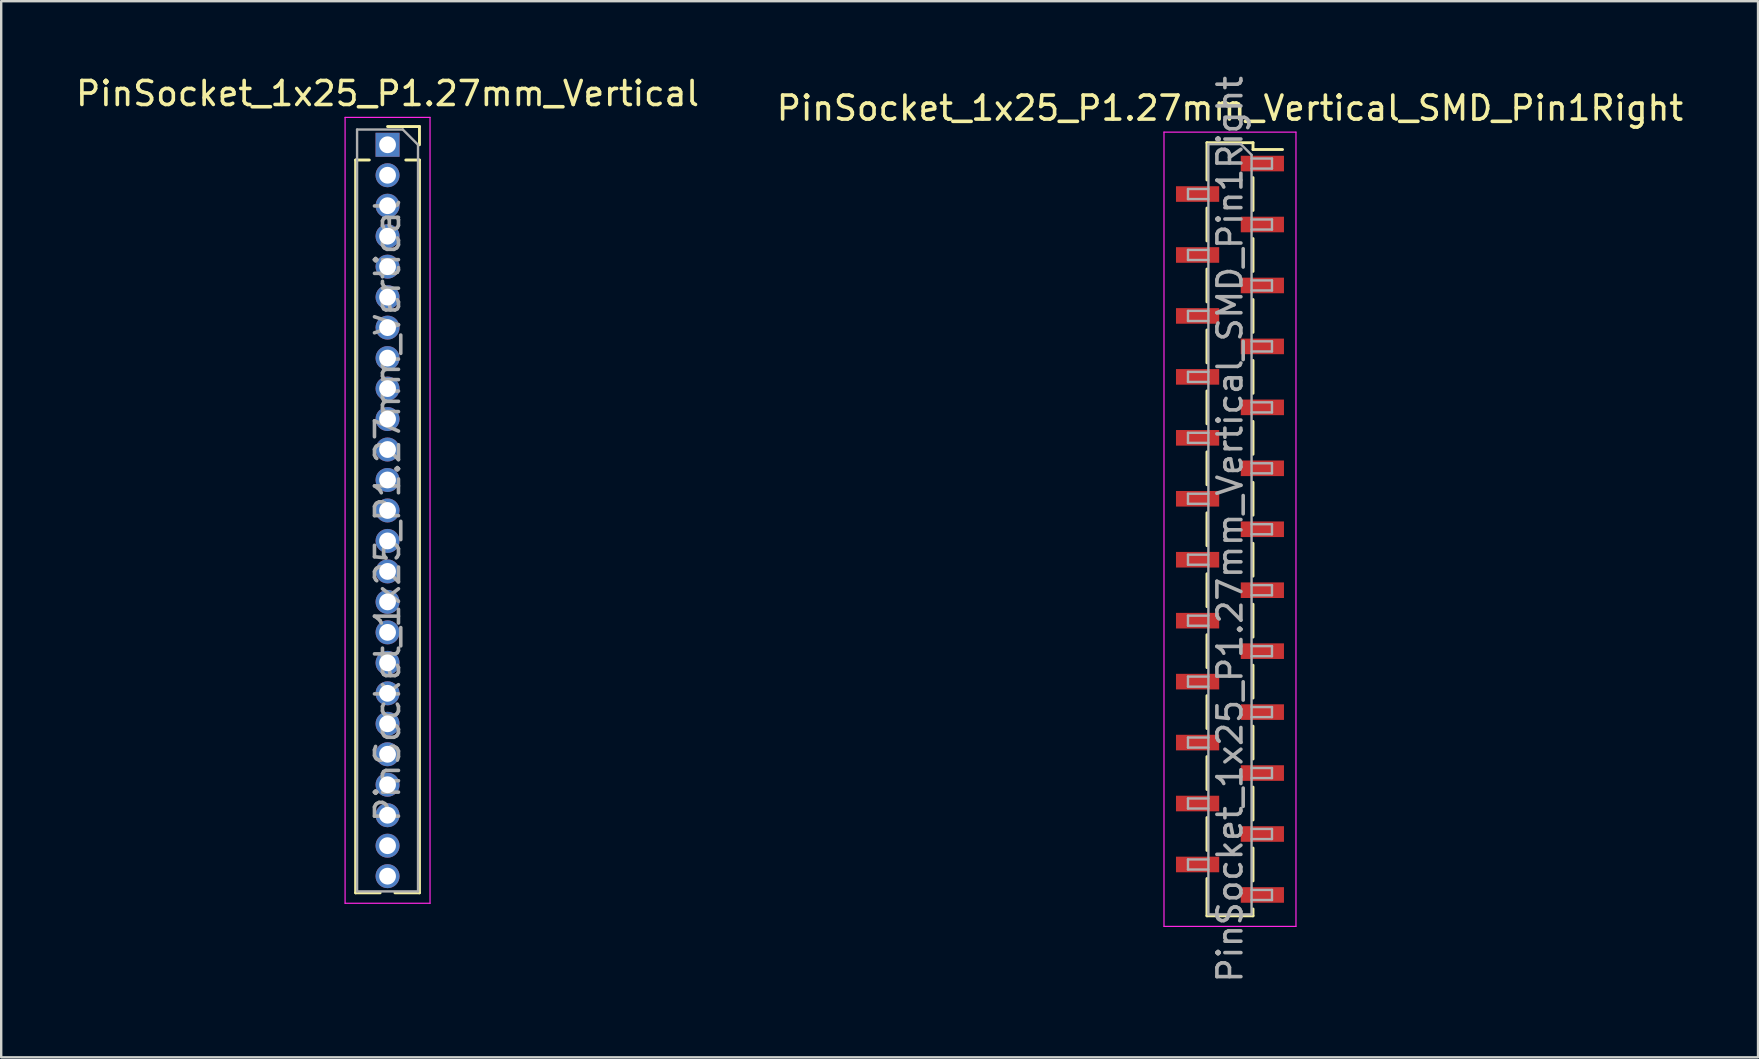
<source format=kicad_pcb>
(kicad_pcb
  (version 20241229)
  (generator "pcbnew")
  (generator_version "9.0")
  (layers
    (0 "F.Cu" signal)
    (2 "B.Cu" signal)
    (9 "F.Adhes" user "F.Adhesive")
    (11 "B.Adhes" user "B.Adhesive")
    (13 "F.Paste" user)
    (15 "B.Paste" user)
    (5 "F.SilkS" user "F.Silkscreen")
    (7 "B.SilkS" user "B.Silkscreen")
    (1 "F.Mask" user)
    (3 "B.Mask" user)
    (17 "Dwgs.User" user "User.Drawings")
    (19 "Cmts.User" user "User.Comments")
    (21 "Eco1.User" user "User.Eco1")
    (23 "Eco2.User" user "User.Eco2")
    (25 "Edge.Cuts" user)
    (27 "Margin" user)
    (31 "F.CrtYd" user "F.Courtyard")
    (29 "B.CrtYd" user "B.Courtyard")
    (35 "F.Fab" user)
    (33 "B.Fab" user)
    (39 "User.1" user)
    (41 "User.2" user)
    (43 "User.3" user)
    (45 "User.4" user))
  (footprint "PinSocket_1x25_P1.27mm_Vertical"
    (layer "F.Cu")
    (at 13.101 2.983)
    (property "Reference" "PinSocket_1x25_P1.27mm_Vertical" (at 0 -2.135 0) (layer "F.SilkS") (effects (font (size 1 1) (thickness 0.15))))
    (attr through_hole)
    (fp_line (start -1.33 0.635) (end -1.33 31.175) (stroke (width 0.12) (type solid)) (layer "F.SilkS"))
    (fp_line (start -1.33 0.635) (end -0.76 0.635) (stroke (width 0.12) (type solid)) (layer "F.SilkS"))
    (fp_line (start -1.33 31.175) (end -0.308 31.175) (stroke (width 0.12) (type solid)) (layer "F.SilkS"))
    (fp_line (start 0 -0.76) (end 1.33 -0.76) (stroke (width 0.12) (type solid)) (layer "F.SilkS"))
    (fp_line (start 0.308 31.175) (end 1.33 31.175) (stroke (width 0.12) (type solid)) (layer "F.SilkS"))
    (fp_line (start 0.76 0.635) (end 1.33 0.635) (stroke (width 0.12) (type solid)) (layer "F.SilkS"))
    (fp_line (start 1.33 -0.76) (end 1.33 0) (stroke (width 0.12) (type solid)) (layer "F.SilkS"))
    (fp_line (start 1.33 0.635) (end 1.33 31.175) (stroke (width 0.12) (type solid)) (layer "F.SilkS"))
    (fp_line (start -1.77 -1.14) (end 1.77 -1.14) (stroke (width 0.05) (type solid)) (layer "F.CrtYd"))
    (fp_line (start -1.77 31.61) (end -1.77 -1.14) (stroke (width 0.05) (type solid)) (layer "F.CrtYd"))
    (fp_line (start 1.77 -1.14) (end 1.77 31.61) (stroke (width 0.05) (type solid)) (layer "F.CrtYd"))
    (fp_line (start 1.77 31.61) (end -1.77 31.61) (stroke (width 0.05) (type solid)) (layer "F.CrtYd"))
    (fp_line (start -1.27 -0.635) (end 0.635 -0.635) (stroke (width 0.1) (type solid)) (layer "F.Fab"))
    (fp_line (start -1.27 31.115) (end -1.27 -0.635) (stroke (width 0.1) (type solid)) (layer "F.Fab"))
    (fp_line (start 0.635 -0.635) (end 1.27 0) (stroke (width 0.1) (type solid)) (layer "F.Fab"))
    (fp_line (start 1.27 0) (end 1.27 31.115) (stroke (width 0.1) (type solid)) (layer "F.Fab"))
    (fp_line (start 1.27 31.115) (end -1.27 31.115) (stroke (width 0.1) (type solid)) (layer "F.Fab"))
    (fp_text user "${REFERENCE}" (at 0 15.24 90) (layer "F.Fab") (effects (font (size 1 1) (thickness 0.15))))
    (pad "1" thru_hole rect (at 0 0) (size 1 1) (drill 0.7) (layers "*.Cu" "*.Mask"))
    (pad "2" thru_hole circle (at 0 1.27) (size 1 1) (drill 0.7) (layers "*.Cu" "*.Mask"))
    (pad "3" thru_hole circle (at 0 2.54) (size 1 1) (drill 0.7) (layers "*.Cu" "*.Mask"))
    (pad "4" thru_hole circle (at 0 3.81) (size 1 1) (drill 0.7) (layers "*.Cu" "*.Mask"))
    (pad "5" thru_hole circle (at 0 5.08) (size 1 1) (drill 0.7) (layers "*.Cu" "*.Mask"))
    (pad "6" thru_hole circle (at 0 6.35) (size 1 1) (drill 0.7) (layers "*.Cu" "*.Mask"))
    (pad "7" thru_hole circle (at 0 7.62) (size 1 1) (drill 0.7) (layers "*.Cu" "*.Mask"))
    (pad "8" thru_hole circle (at 0 8.89) (size 1 1) (drill 0.7) (layers "*.Cu" "*.Mask"))
    (pad "9" thru_hole circle (at 0 10.16) (size 1 1) (drill 0.7) (layers "*.Cu" "*.Mask"))
    (pad "10" thru_hole circle (at 0 11.43) (size 1 1) (drill 0.7) (layers "*.Cu" "*.Mask"))
    (pad "11" thru_hole circle (at 0 12.7) (size 1 1) (drill 0.7) (layers "*.Cu" "*.Mask"))
    (pad "12" thru_hole circle (at 0 13.97) (size 1 1) (drill 0.7) (layers "*.Cu" "*.Mask"))
    (pad "13" thru_hole circle (at 0 15.24) (size 1 1) (drill 0.7) (layers "*.Cu" "*.Mask"))
    (pad "14" thru_hole circle (at 0 16.51) (size 1 1) (drill 0.7) (layers "*.Cu" "*.Mask"))
    (pad "15" thru_hole circle (at 0 17.78) (size 1 1) (drill 0.7) (layers "*.Cu" "*.Mask"))
    (pad "16" thru_hole circle (at 0 19.05) (size 1 1) (drill 0.7) (layers "*.Cu" "*.Mask"))
    (pad "17" thru_hole circle (at 0 20.32) (size 1 1) (drill 0.7) (layers "*.Cu" "*.Mask"))
    (pad "18" thru_hole circle (at 0 21.59) (size 1 1) (drill 0.7) (layers "*.Cu" "*.Mask"))
    (pad "19" thru_hole circle (at 0 22.86) (size 1 1) (drill 0.7) (layers "*.Cu" "*.Mask"))
    (pad "20" thru_hole circle (at 0 24.13) (size 1 1) (drill 0.7) (layers "*.Cu" "*.Mask"))
    (pad "21" thru_hole circle (at 0 25.4) (size 1 1) (drill 0.7) (layers "*.Cu" "*.Mask"))
    (pad "22" thru_hole circle (at 0 26.67) (size 1 1) (drill 0.7) (layers "*.Cu" "*.Mask"))
    (pad "23" thru_hole circle (at 0 27.94) (size 1 1) (drill 0.7) (layers "*.Cu" "*.Mask"))
    (pad "24" thru_hole circle (at 0 29.21) (size 1 1) (drill 0.7) (layers "*.Cu" "*.Mask"))
    (pad "25" thru_hole circle (at 0 30.48) (size 1 1) (drill 0.7) (layers "*.Cu" "*.Mask")))
  (footprint "PinSocket_1x25_P1.27mm_Vertical_SMD_Pin1Right"
    (layer "F.Cu")
    (at 48.208 19.006)
    (property "Reference" "PinSocket_1x25_P1.27mm_Vertical_SMD_Pin1Right" (at 0 -17.55 0) (layer "F.SilkS") (effects (font (size 1 1) (thickness 0.15))))
    (attr smd)
    (fp_line (start -0.96 -16.11) (end -0.96 -14.555) (stroke (width 0.12) (type solid)) (layer "F.SilkS"))
    (fp_line (start -0.96 -16.11) (end 0.96 -16.11) (stroke (width 0.12) (type solid)) (layer "F.SilkS"))
    (fp_line (start -0.96 -13.385) (end -0.96 -12.015) (stroke (width 0.12) (type solid)) (layer "F.SilkS"))
    (fp_line (start -0.96 -10.845) (end -0.96 -9.475) (stroke (width 0.12) (type solid)) (layer "F.SilkS"))
    (fp_line (start -0.96 -8.305) (end -0.96 -6.935) (stroke (width 0.12) (type solid)) (layer "F.SilkS"))
    (fp_line (start -0.96 -5.765) (end -0.96 -4.395) (stroke (width 0.12) (type solid)) (layer "F.SilkS"))
    (fp_line (start -0.96 -3.225) (end -0.96 -1.855) (stroke (width 0.12) (type solid)) (layer "F.SilkS"))
    (fp_line (start -0.96 -0.685) (end -0.96 0.685) (stroke (width 0.12) (type solid)) (layer "F.SilkS"))
    (fp_line (start -0.96 1.855) (end -0.96 3.225) (stroke (width 0.12) (type solid)) (layer "F.SilkS"))
    (fp_line (start -0.96 4.395) (end -0.96 5.765) (stroke (width 0.12) (type solid)) (layer "F.SilkS"))
    (fp_line (start -0.96 6.935) (end -0.96 8.305) (stroke (width 0.12) (type solid)) (layer "F.SilkS"))
    (fp_line (start -0.96 9.475) (end -0.96 10.845) (stroke (width 0.12) (type solid)) (layer "F.SilkS"))
    (fp_line (start -0.96 12.015) (end -0.96 13.385) (stroke (width 0.12) (type solid)) (layer "F.SilkS"))
    (fp_line (start -0.96 14.555) (end -0.96 16.11) (stroke (width 0.12) (type solid)) (layer "F.SilkS"))
    (fp_line (start -0.96 16.11) (end 0.96 16.11) (stroke (width 0.12) (type solid)) (layer "F.SilkS"))
    (fp_line (start 0.96 -16.11) (end 0.96 -15.825) (stroke (width 0.12) (type solid)) (layer "F.SilkS"))
    (fp_line (start 0.96 -15.825) (end 2.19 -15.825) (stroke (width 0.12) (type solid)) (layer "F.SilkS"))
    (fp_line (start 0.96 -14.655) (end 0.96 -13.285) (stroke (width 0.12) (type solid)) (layer "F.SilkS"))
    (fp_line (start 0.96 -12.115) (end 0.96 -10.745) (stroke (width 0.12) (type solid)) (layer "F.SilkS"))
    (fp_line (start 0.96 -9.575) (end 0.96 -8.205) (stroke (width 0.12) (type solid)) (layer "F.SilkS"))
    (fp_line (start 0.96 -7.035) (end 0.96 -5.665) (stroke (width 0.12) (type solid)) (layer "F.SilkS"))
    (fp_line (start 0.96 -4.495) (end 0.96 -3.125) (stroke (width 0.12) (type solid)) (layer "F.SilkS"))
    (fp_line (start 0.96 -1.955) (end 0.96 -0.585) (stroke (width 0.12) (type solid)) (layer "F.SilkS"))
    (fp_line (start 0.96 0.585) (end 0.96 1.955) (stroke (width 0.12) (type solid)) (layer "F.SilkS"))
    (fp_line (start 0.96 3.125) (end 0.96 4.495) (stroke (width 0.12) (type solid)) (layer "F.SilkS"))
    (fp_line (start 0.96 5.665) (end 0.96 7.035) (stroke (width 0.12) (type solid)) (layer "F.SilkS"))
    (fp_line (start 0.96 8.205) (end 0.96 9.575) (stroke (width 0.12) (type solid)) (layer "F.SilkS"))
    (fp_line (start 0.96 10.745) (end 0.96 12.115) (stroke (width 0.12) (type solid)) (layer "F.SilkS"))
    (fp_line (start 0.96 13.285) (end 0.96 14.655) (stroke (width 0.12) (type solid)) (layer "F.SilkS"))
    (fp_line (start 0.96 15.825) (end 0.96 16.11) (stroke (width 0.12) (type solid)) (layer "F.SilkS"))
    (fp_line (start -2.75 -16.55) (end 2.75 -16.55) (stroke (width 0.05) (type solid)) (layer "F.CrtYd"))
    (fp_line (start -2.75 16.55) (end -2.75 -16.55) (stroke (width 0.05) (type solid)) (layer "F.CrtYd"))
    (fp_line (start 2.75 -16.55) (end 2.75 16.55) (stroke (width 0.05) (type solid)) (layer "F.CrtYd"))
    (fp_line (start 2.75 16.55) (end -2.75 16.55) (stroke (width 0.05) (type solid)) (layer "F.CrtYd"))
    (fp_line (start -1.75 -14.18) (end -0.9 -14.18) (stroke (width 0.1) (type solid)) (layer "F.Fab"))
    (fp_line (start -1.75 -13.76) (end -1.75 -14.18) (stroke (width 0.1) (type solid)) (layer "F.Fab"))
    (fp_line (start -1.75 -11.64) (end -0.9 -11.64) (stroke (width 0.1) (type solid)) (layer "F.Fab"))
    (fp_line (start -1.75 -11.22) (end -1.75 -11.64) (stroke (width 0.1) (type solid)) (layer "F.Fab"))
    (fp_line (start -1.75 -9.1) (end -0.9 -9.1) (stroke (width 0.1) (type solid)) (layer "F.Fab"))
    (fp_line (start -1.75 -8.68) (end -1.75 -9.1) (stroke (width 0.1) (type solid)) (layer "F.Fab"))
    (fp_line (start -1.75 -6.56) (end -0.9 -6.56) (stroke (width 0.1) (type solid)) (layer "F.Fab"))
    (fp_line (start -1.75 -6.14) (end -1.75 -6.56) (stroke (width 0.1) (type solid)) (layer "F.Fab"))
    (fp_line (start -1.75 -4.02) (end -0.9 -4.02) (stroke (width 0.1) (type solid)) (layer "F.Fab"))
    (fp_line (start -1.75 -3.6) (end -1.75 -4.02) (stroke (width 0.1) (type solid)) (layer "F.Fab"))
    (fp_line (start -1.75 -1.48) (end -0.9 -1.48) (stroke (width 0.1) (type solid)) (layer "F.Fab"))
    (fp_line (start -1.75 -1.06) (end -1.75 -1.48) (stroke (width 0.1) (type solid)) (layer "F.Fab"))
    (fp_line (start -1.75 1.06) (end -0.9 1.06) (stroke (width 0.1) (type solid)) (layer "F.Fab"))
    (fp_line (start -1.75 1.48) (end -1.75 1.06) (stroke (width 0.1) (type solid)) (layer "F.Fab"))
    (fp_line (start -1.75 3.6) (end -0.9 3.6) (stroke (width 0.1) (type solid)) (layer "F.Fab"))
    (fp_line (start -1.75 4.02) (end -1.75 3.6) (stroke (width 0.1) (type solid)) (layer "F.Fab"))
    (fp_line (start -1.75 6.14) (end -0.9 6.14) (stroke (width 0.1) (type solid)) (layer "F.Fab"))
    (fp_line (start -1.75 6.56) (end -1.75 6.14) (stroke (width 0.1) (type solid)) (layer "F.Fab"))
    (fp_line (start -1.75 8.68) (end -0.9 8.68) (stroke (width 0.1) (type solid)) (layer "F.Fab"))
    (fp_line (start -1.75 9.1) (end -1.75 8.68) (stroke (width 0.1) (type solid)) (layer "F.Fab"))
    (fp_line (start -1.75 11.22) (end -0.9 11.22) (stroke (width 0.1) (type solid)) (layer "F.Fab"))
    (fp_line (start -1.75 11.64) (end -1.75 11.22) (stroke (width 0.1) (type solid)) (layer "F.Fab"))
    (fp_line (start -1.75 13.76) (end -0.9 13.76) (stroke (width 0.1) (type solid)) (layer "F.Fab"))
    (fp_line (start -1.75 14.18) (end -1.75 13.76) (stroke (width 0.1) (type solid)) (layer "F.Fab"))
    (fp_line (start -0.9 -16.05) (end 0.45 -16.05) (stroke (width 0.1) (type solid)) (layer "F.Fab"))
    (fp_line (start -0.9 -13.76) (end -1.75 -13.76) (stroke (width 0.1) (type solid)) (layer "F.Fab"))
    (fp_line (start -0.9 -11.22) (end -1.75 -11.22) (stroke (width 0.1) (type solid)) (layer "F.Fab"))
    (fp_line (start -0.9 -8.68) (end -1.75 -8.68) (stroke (width 0.1) (type solid)) (layer "F.Fab"))
    (fp_line (start -0.9 -6.14) (end -1.75 -6.14) (stroke (width 0.1) (type solid)) (layer "F.Fab"))
    (fp_line (start -0.9 -3.6) (end -1.75 -3.6) (stroke (width 0.1) (type solid)) (layer "F.Fab"))
    (fp_line (start -0.9 -1.06) (end -1.75 -1.06) (stroke (width 0.1) (type solid)) (layer "F.Fab"))
    (fp_line (start -0.9 1.48) (end -1.75 1.48) (stroke (width 0.1) (type solid)) (layer "F.Fab"))
    (fp_line (start -0.9 4.02) (end -1.75 4.02) (stroke (width 0.1) (type solid)) (layer "F.Fab"))
    (fp_line (start -0.9 6.56) (end -1.75 6.56) (stroke (width 0.1) (type solid)) (layer "F.Fab"))
    (fp_line (start -0.9 9.1) (end -1.75 9.1) (stroke (width 0.1) (type solid)) (layer "F.Fab"))
    (fp_line (start -0.9 11.64) (end -1.75 11.64) (stroke (width 0.1) (type solid)) (layer "F.Fab"))
    (fp_line (start -0.9 14.18) (end -1.75 14.18) (stroke (width 0.1) (type solid)) (layer "F.Fab"))
    (fp_line (start -0.9 16.05) (end -0.9 -16.05) (stroke (width 0.1) (type solid)) (layer "F.Fab"))
    (fp_line (start 0.45 -16.05) (end 0.9 -15.6) (stroke (width 0.1) (type solid)) (layer "F.Fab"))
    (fp_line (start 0.9 -15.6) (end 0.9 16.05) (stroke (width 0.1) (type solid)) (layer "F.Fab"))
    (fp_line (start 0.9 -15.45) (end 1.75 -15.45) (stroke (width 0.1) (type solid)) (layer "F.Fab"))
    (fp_line (start 0.9 -12.91) (end 1.75 -12.91) (stroke (width 0.1) (type solid)) (layer "F.Fab"))
    (fp_line (start 0.9 -10.37) (end 1.75 -10.37) (stroke (width 0.1) (type solid)) (layer "F.Fab"))
    (fp_line (start 0.9 -7.83) (end 1.75 -7.83) (stroke (width 0.1) (type solid)) (layer "F.Fab"))
    (fp_line (start 0.9 -5.29) (end 1.75 -5.29) (stroke (width 0.1) (type solid)) (layer "F.Fab"))
    (fp_line (start 0.9 -2.75) (end 1.75 -2.75) (stroke (width 0.1) (type solid)) (layer "F.Fab"))
    (fp_line (start 0.9 -0.21) (end 1.75 -0.21) (stroke (width 0.1) (type solid)) (layer "F.Fab"))
    (fp_line (start 0.9 2.33) (end 1.75 2.33) (stroke (width 0.1) (type solid)) (layer "F.Fab"))
    (fp_line (start 0.9 4.87) (end 1.75 4.87) (stroke (width 0.1) (type solid)) (layer "F.Fab"))
    (fp_line (start 0.9 7.41) (end 1.75 7.41) (stroke (width 0.1) (type solid)) (layer "F.Fab"))
    (fp_line (start 0.9 9.95) (end 1.75 9.95) (stroke (width 0.1) (type solid)) (layer "F.Fab"))
    (fp_line (start 0.9 12.49) (end 1.75 12.49) (stroke (width 0.1) (type solid)) (layer "F.Fab"))
    (fp_line (start 0.9 15.03) (end 1.75 15.03) (stroke (width 0.1) (type solid)) (layer "F.Fab"))
    (fp_line (start 0.9 16.05) (end -0.9 16.05) (stroke (width 0.1) (type solid)) (layer "F.Fab"))
    (fp_line (start 1.75 -15.45) (end 1.75 -15.03) (stroke (width 0.1) (type solid)) (layer "F.Fab"))
    (fp_line (start 1.75 -15.03) (end 0.9 -15.03) (stroke (width 0.1) (type solid)) (layer "F.Fab"))
    (fp_line (start 1.75 -12.91) (end 1.75 -12.49) (stroke (width 0.1) (type solid)) (layer "F.Fab"))
    (fp_line (start 1.75 -12.49) (end 0.9 -12.49) (stroke (width 0.1) (type solid)) (layer "F.Fab"))
    (fp_line (start 1.75 -10.37) (end 1.75 -9.95) (stroke (width 0.1) (type solid)) (layer "F.Fab"))
    (fp_line (start 1.75 -9.95) (end 0.9 -9.95) (stroke (width 0.1) (type solid)) (layer "F.Fab"))
    (fp_line (start 1.75 -7.83) (end 1.75 -7.41) (stroke (width 0.1) (type solid)) (layer "F.Fab"))
    (fp_line (start 1.75 -7.41) (end 0.9 -7.41) (stroke (width 0.1) (type solid)) (layer "F.Fab"))
    (fp_line (start 1.75 -5.29) (end 1.75 -4.87) (stroke (width 0.1) (type solid)) (layer "F.Fab"))
    (fp_line (start 1.75 -4.87) (end 0.9 -4.87) (stroke (width 0.1) (type solid)) (layer "F.Fab"))
    (fp_line (start 1.75 -2.75) (end 1.75 -2.33) (stroke (width 0.1) (type solid)) (layer "F.Fab"))
    (fp_line (start 1.75 -2.33) (end 0.9 -2.33) (stroke (width 0.1) (type solid)) (layer "F.Fab"))
    (fp_line (start 1.75 -0.21) (end 1.75 0.21) (stroke (width 0.1) (type solid)) (layer "F.Fab"))
    (fp_line (start 1.75 0.21) (end 0.9 0.21) (stroke (width 0.1) (type solid)) (layer "F.Fab"))
    (fp_line (start 1.75 2.33) (end 1.75 2.75) (stroke (width 0.1) (type solid)) (layer "F.Fab"))
    (fp_line (start 1.75 2.75) (end 0.9 2.75) (stroke (width 0.1) (type solid)) (layer "F.Fab"))
    (fp_line (start 1.75 4.87) (end 1.75 5.29) (stroke (width 0.1) (type solid)) (layer "F.Fab"))
    (fp_line (start 1.75 5.29) (end 0.9 5.29) (stroke (width 0.1) (type solid)) (layer "F.Fab"))
    (fp_line (start 1.75 7.41) (end 1.75 7.83) (stroke (width 0.1) (type solid)) (layer "F.Fab"))
    (fp_line (start 1.75 7.83) (end 0.9 7.83) (stroke (width 0.1) (type solid)) (layer "F.Fab"))
    (fp_line (start 1.75 9.95) (end 1.75 10.37) (stroke (width 0.1) (type solid)) (layer "F.Fab"))
    (fp_line (start 1.75 10.37) (end 0.9 10.37) (stroke (width 0.1) (type solid)) (layer "F.Fab"))
    (fp_line (start 1.75 12.49) (end 1.75 12.91) (stroke (width 0.1) (type solid)) (layer "F.Fab"))
    (fp_line (start 1.75 12.91) (end 0.9 12.91) (stroke (width 0.1) (type solid)) (layer "F.Fab"))
    (fp_line (start 1.75 15.03) (end 1.75 15.45) (stroke (width 0.1) (type solid)) (layer "F.Fab"))
    (fp_line (start 1.75 15.45) (end 0.9 15.45) (stroke (width 0.1) (type solid)) (layer "F.Fab"))
    (fp_text user "${REFERENCE}" (at 0 0 90) (layer "F.Fab") (effects (font (size 1 1) (thickness 0.15))))
    (pad "1" smd rect (at 1.35 -15.24) (size 1.8 0.65) (layers "F.Cu" "F.Mask" "F.Paste"))
    (pad "2" smd rect (at -1.35 -13.97) (size 1.8 0.65) (layers "F.Cu" "F.Mask" "F.Paste"))
    (pad "3" smd rect (at 1.35 -12.7) (size 1.8 0.65) (layers "F.Cu" "F.Mask" "F.Paste"))
    (pad "4" smd rect (at -1.35 -11.43) (size 1.8 0.65) (layers "F.Cu" "F.Mask" "F.Paste"))
    (pad "5" smd rect (at 1.35 -10.16) (size 1.8 0.65) (layers "F.Cu" "F.Mask" "F.Paste"))
    (pad "6" smd rect (at -1.35 -8.89) (size 1.8 0.65) (layers "F.Cu" "F.Mask" "F.Paste"))
    (pad "7" smd rect (at 1.35 -7.62) (size 1.8 0.65) (layers "F.Cu" "F.Mask" "F.Paste"))
    (pad "8" smd rect (at -1.35 -6.35) (size 1.8 0.65) (layers "F.Cu" "F.Mask" "F.Paste"))
    (pad "9" smd rect (at 1.35 -5.08) (size 1.8 0.65) (layers "F.Cu" "F.Mask" "F.Paste"))
    (pad "10" smd rect (at -1.35 -3.81) (size 1.8 0.65) (layers "F.Cu" "F.Mask" "F.Paste"))
    (pad "11" smd rect (at 1.35 -2.54) (size 1.8 0.65) (layers "F.Cu" "F.Mask" "F.Paste"))
    (pad "12" smd rect (at -1.35 -1.27) (size 1.8 0.65) (layers "F.Cu" "F.Mask" "F.Paste"))
    (pad "13" smd rect (at 1.35 0) (size 1.8 0.65) (layers "F.Cu" "F.Mask" "F.Paste"))
    (pad "14" smd rect (at -1.35 1.27) (size 1.8 0.65) (layers "F.Cu" "F.Mask" "F.Paste"))
    (pad "15" smd rect (at 1.35 2.54) (size 1.8 0.65) (layers "F.Cu" "F.Mask" "F.Paste"))
    (pad "16" smd rect (at -1.35 3.81) (size 1.8 0.65) (layers "F.Cu" "F.Mask" "F.Paste"))
    (pad "17" smd rect (at 1.35 5.08) (size 1.8 0.65) (layers "F.Cu" "F.Mask" "F.Paste"))
    (pad "18" smd rect (at -1.35 6.35) (size 1.8 0.65) (layers "F.Cu" "F.Mask" "F.Paste"))
    (pad "19" smd rect (at 1.35 7.62) (size 1.8 0.65) (layers "F.Cu" "F.Mask" "F.Paste"))
    (pad "20" smd rect (at -1.35 8.89) (size 1.8 0.65) (layers "F.Cu" "F.Mask" "F.Paste"))
    (pad "21" smd rect (at 1.35 10.16) (size 1.8 0.65) (layers "F.Cu" "F.Mask" "F.Paste"))
    (pad "22" smd rect (at -1.35 11.43) (size 1.8 0.65) (layers "F.Cu" "F.Mask" "F.Paste"))
    (pad "23" smd rect (at 1.35 12.7) (size 1.8 0.65) (layers "F.Cu" "F.Mask" "F.Paste"))
    (pad "24" smd rect (at -1.35 13.97) (size 1.8 0.65) (layers "F.Cu" "F.Mask" "F.Paste"))
    (pad "25" smd rect (at 1.35 15.24) (size 1.8 0.65) (layers "F.Cu" "F.Mask" "F.Paste")))
  (gr_rect
    (start -3 -3)
    (end 70.214 41.012)
    (stroke (width 0.1) (type default))
    (fill no)
    (layer "Edge.Cuts")))
</source>
